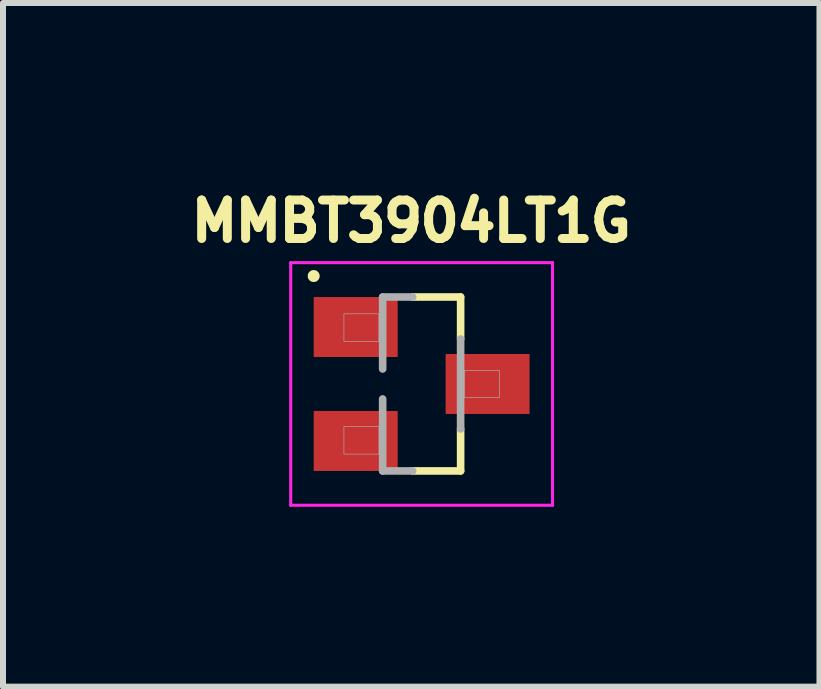
<source format=kicad_pcb>
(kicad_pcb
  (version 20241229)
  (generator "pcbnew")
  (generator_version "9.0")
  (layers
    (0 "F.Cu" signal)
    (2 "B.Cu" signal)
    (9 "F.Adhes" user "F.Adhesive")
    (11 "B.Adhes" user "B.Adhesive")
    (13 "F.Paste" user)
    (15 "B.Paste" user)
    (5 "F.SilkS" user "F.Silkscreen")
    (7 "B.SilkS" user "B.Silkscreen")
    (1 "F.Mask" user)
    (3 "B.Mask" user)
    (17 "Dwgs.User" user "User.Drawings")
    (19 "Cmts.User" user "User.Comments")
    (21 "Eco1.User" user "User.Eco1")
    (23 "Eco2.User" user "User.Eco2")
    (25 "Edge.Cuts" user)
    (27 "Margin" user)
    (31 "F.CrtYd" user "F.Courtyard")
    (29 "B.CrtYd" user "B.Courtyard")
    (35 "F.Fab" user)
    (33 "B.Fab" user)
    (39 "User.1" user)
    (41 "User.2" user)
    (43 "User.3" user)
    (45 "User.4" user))
  (footprint "MMBT3904LT1G"
    (layer "F.Cu")
    (at 3.981 3.353)
    (property "Reference" "MMBT3904LT1G" (at -0.173 -2.715 0) (layer "F.SilkS") (effects (font (size 0.641 0.641) (thickness 0.15))))
    (attr smd)
    (fp_line (start 0.65 -1.45) (end -0.15 -1.45) (stroke (width 0.127) (type solid)) (layer "F.SilkS"))
    (fp_line (start 0.65 -1.45) (end 0.65 -0.75) (stroke (width 0.127) (type solid)) (layer "F.SilkS"))
    (fp_line (start 0.65 1.45) (end -0.15 1.45) (stroke (width 0.127) (type solid)) (layer "F.SilkS"))
    (fp_line (start 0.65 1.45) (end 0.65 0.75) (stroke (width 0.127) (type solid)) (layer "F.SilkS"))
    (fp_circle (center -1.8 -1.8) (end -1.7 -1.8) (stroke (width 0) (type solid)) (fill yes) (layer "F.SilkS"))
    (fp_line (start -2.183 -2.023) (end 2.183 -2.023) (stroke (width 0.051) (type solid)) (layer "F.CrtYd"))
    (fp_line (start -2.183 2.023) (end -2.183 -2.023) (stroke (width 0.051) (type solid)) (layer "F.CrtYd"))
    (fp_line (start 2.183 -2.023) (end 2.183 2.023) (stroke (width 0.051) (type solid)) (layer "F.CrtYd"))
    (fp_line (start 2.183 2.023) (end -2.183 2.023) (stroke (width 0.051) (type solid)) (layer "F.CrtYd"))
    (fp_line (start -0.65 -1.45) (end -0.65 -0.25) (stroke (width 0.127) (type solid)) (layer "F.Fab"))
    (fp_line (start -0.65 0.25) (end -0.65 1.45) (stroke (width 0.127) (type solid)) (layer "F.Fab"))
    (fp_line (start -0.65 1.45) (end -0.15 1.45) (stroke (width 0.127) (type solid)) (layer "F.Fab"))
    (fp_line (start -0.15 -1.45) (end -0.65 -1.45) (stroke (width 0.127) (type solid)) (layer "F.Fab"))
    (fp_line (start 0.65 -0.75) (end 0.65 0.75) (stroke (width 0.127) (type solid)) (layer "F.Fab"))
    (fp_poly (pts (xy -0.713 -1.17) (xy -0.713 -0.711) (xy -1.296 -0.711) (xy -1.296 -1.17)) (stroke (width 0.01) (type solid)) (fill no) (layer "F.Fab"))
    (fp_poly (pts (xy -0.711 0.711) (xy -0.711 1.169) (xy -1.296 1.169) (xy -1.296 0.711)) (stroke (width 0.01) (type solid)) (fill no) (layer "F.Fab"))
    (fp_poly (pts (xy 1.296 -0.228) (xy 1.296 0.228) (xy 0.711 0.228) (xy 0.711 -0.228)) (stroke (width 0.01) (type solid)) (fill no) (layer "F.Fab"))
    (pad "1" smd rect (at -1.1 -0.95) (size 1.4 1) (layers "F.Cu" "F.Mask" "F.Paste"))
    (pad "2" smd rect (at -1.1 0.95) (size 1.4 1) (layers "F.Cu" "F.Mask" "F.Paste"))
    (pad "3" smd rect (at 1.1 0) (size 1.4 1) (layers "F.Cu" "F.Mask" "F.Paste")))
  (gr_rect
    (start -3 -3)
    (end 10.615 8.401)
    (stroke (width 0.1) (type default))
    (fill no)
    (layer "Edge.Cuts")))
</source>
